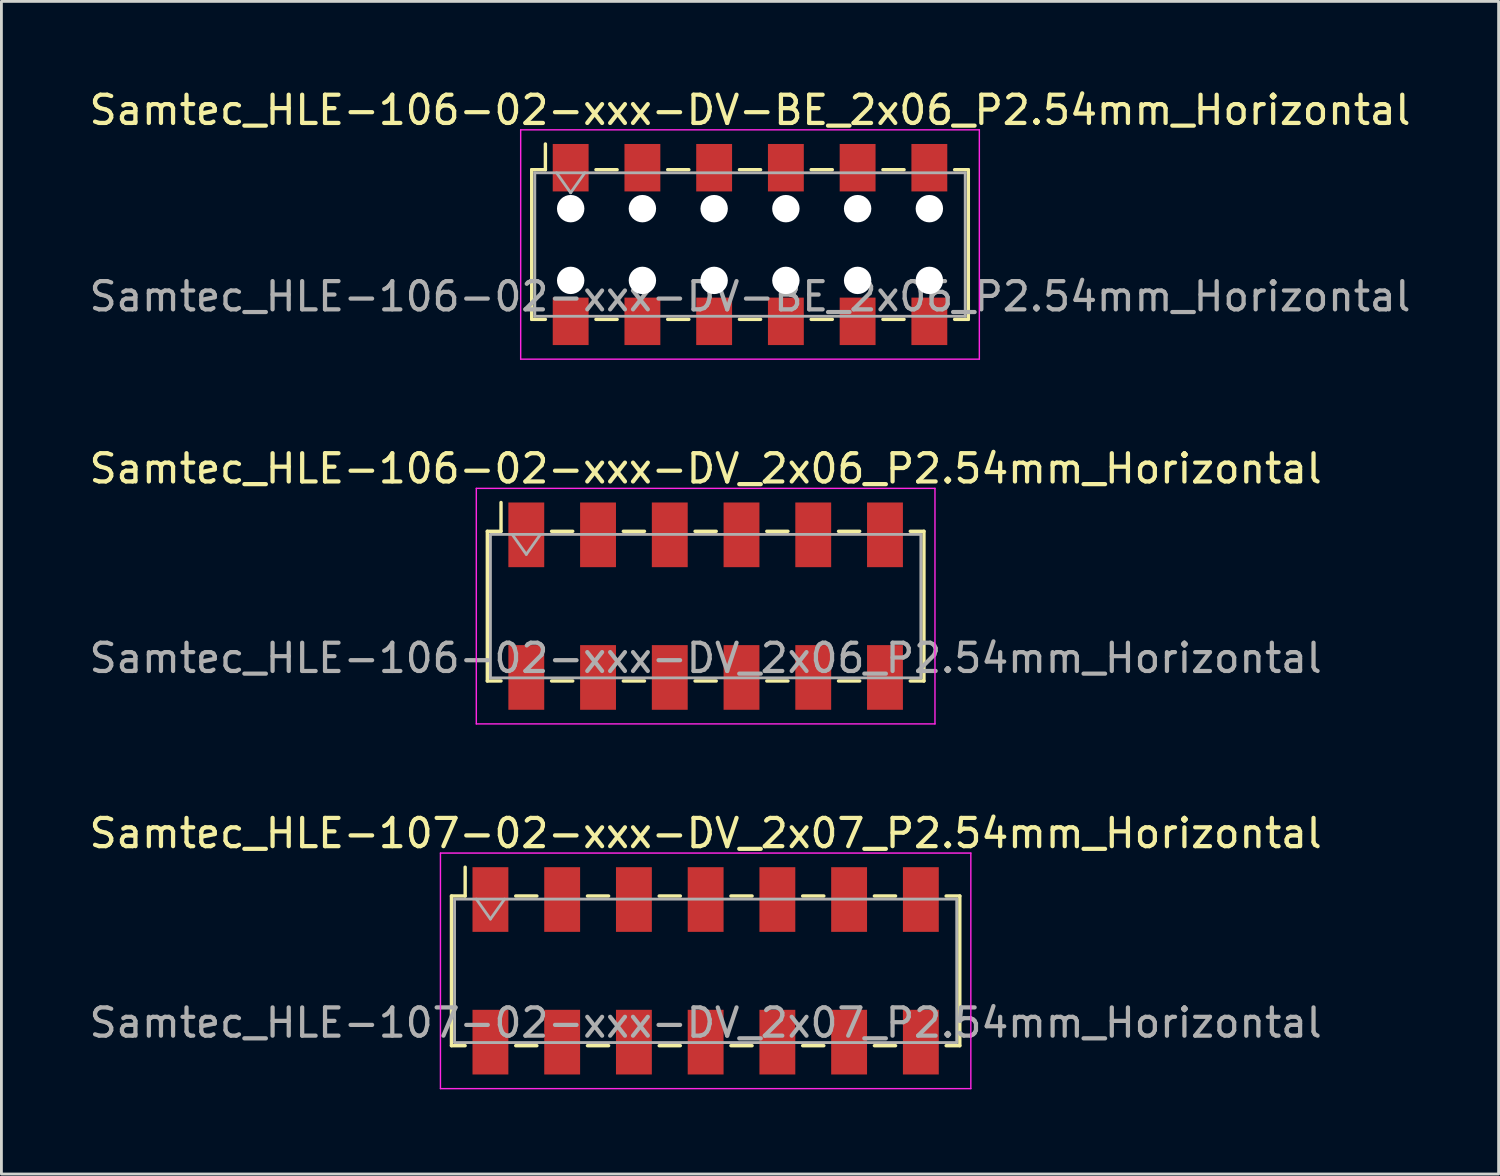
<source format=kicad_pcb>
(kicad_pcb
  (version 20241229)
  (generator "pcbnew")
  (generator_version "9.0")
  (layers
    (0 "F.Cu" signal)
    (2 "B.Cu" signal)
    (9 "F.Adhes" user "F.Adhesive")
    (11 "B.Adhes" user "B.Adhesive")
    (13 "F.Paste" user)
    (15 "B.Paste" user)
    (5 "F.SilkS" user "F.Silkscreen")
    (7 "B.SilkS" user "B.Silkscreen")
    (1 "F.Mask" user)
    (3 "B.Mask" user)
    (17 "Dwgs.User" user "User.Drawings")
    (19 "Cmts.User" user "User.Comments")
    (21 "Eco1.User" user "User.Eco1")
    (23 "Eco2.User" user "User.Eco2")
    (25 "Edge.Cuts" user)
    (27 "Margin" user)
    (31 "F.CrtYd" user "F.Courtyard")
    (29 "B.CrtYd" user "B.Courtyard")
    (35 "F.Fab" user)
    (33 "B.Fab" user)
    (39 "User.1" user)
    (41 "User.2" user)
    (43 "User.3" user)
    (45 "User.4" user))
  (footprint "Samtec_HLE-107-02-xxx-DV_2x07_P2.54mm_Horizontal"
    (layer "F.Cu")
    (at 21.935 31.325)
    (property "Reference" "Samtec_HLE-107-02-xxx-DV_2x07_P2.54mm_Horizontal" (at 0 -4.87 0) (layer "F.SilkS") (effects (font (size 1 1) (thickness 0.15))))
    (attr smd)
    (fp_line (start -9 -2.65) (end -9 2.65) (stroke (width 0.12) (type solid)) (layer "F.SilkS"))
    (fp_line (start -9 2.65) (end -8.515 2.65) (stroke (width 0.12) (type solid)) (layer "F.SilkS"))
    (fp_line (start -8.515 -3.67) (end -8.515 -2.65) (stroke (width 0.12) (type solid)) (layer "F.SilkS"))
    (fp_line (start -8.515 -2.65) (end -9 -2.65) (stroke (width 0.12) (type solid)) (layer "F.SilkS"))
    (fp_line (start -6.725 -2.65) (end -5.975 -2.65) (stroke (width 0.12) (type solid)) (layer "F.SilkS"))
    (fp_line (start -6.725 2.65) (end -5.975 2.65) (stroke (width 0.12) (type solid)) (layer "F.SilkS"))
    (fp_line (start -4.185 -2.65) (end -3.435 -2.65) (stroke (width 0.12) (type solid)) (layer "F.SilkS"))
    (fp_line (start -4.185 2.65) (end -3.435 2.65) (stroke (width 0.12) (type solid)) (layer "F.SilkS"))
    (fp_line (start -1.645 -2.65) (end -0.895 -2.65) (stroke (width 0.12) (type solid)) (layer "F.SilkS"))
    (fp_line (start -1.645 2.65) (end -0.895 2.65) (stroke (width 0.12) (type solid)) (layer "F.SilkS"))
    (fp_line (start 0.895 -2.65) (end 1.645 -2.65) (stroke (width 0.12) (type solid)) (layer "F.SilkS"))
    (fp_line (start 0.895 2.65) (end 1.645 2.65) (stroke (width 0.12) (type solid)) (layer "F.SilkS"))
    (fp_line (start 3.435 -2.65) (end 4.185 -2.65) (stroke (width 0.12) (type solid)) (layer "F.SilkS"))
    (fp_line (start 3.435 2.65) (end 4.185 2.65) (stroke (width 0.12) (type solid)) (layer "F.SilkS"))
    (fp_line (start 5.975 -2.65) (end 6.725 -2.65) (stroke (width 0.12) (type solid)) (layer "F.SilkS"))
    (fp_line (start 5.975 2.65) (end 6.725 2.65) (stroke (width 0.12) (type solid)) (layer "F.SilkS"))
    (fp_line (start 8.515 -2.65) (end 9 -2.65) (stroke (width 0.12) (type solid)) (layer "F.SilkS"))
    (fp_line (start 9 -2.65) (end 9 2.65) (stroke (width 0.12) (type solid)) (layer "F.SilkS"))
    (fp_line (start 9 2.65) (end 8.515 2.65) (stroke (width 0.12) (type solid)) (layer "F.SilkS"))
    (fp_line (start -9.39 -4.17) (end 9.39 -4.17) (stroke (width 0.05) (type solid)) (layer "F.CrtYd"))
    (fp_line (start -9.39 4.17) (end -9.39 -4.17) (stroke (width 0.05) (type solid)) (layer "F.CrtYd"))
    (fp_line (start 9.39 -4.17) (end 9.39 4.17) (stroke (width 0.05) (type solid)) (layer "F.CrtYd"))
    (fp_line (start 9.39 4.17) (end -9.39 4.17) (stroke (width 0.05) (type solid)) (layer "F.CrtYd"))
    (fp_line (start -8.89 -2.54) (end 8.89 -2.54) (stroke (width 0.1) (type solid)) (layer "F.Fab"))
    (fp_line (start -8.89 2.54) (end -8.89 -2.54) (stroke (width 0.1) (type solid)) (layer "F.Fab"))
    (fp_line (start -8.12 -2.54) (end -7.62 -1.833) (stroke (width 0.1) (type solid)) (layer "F.Fab"))
    (fp_line (start -7.62 -1.833) (end -7.12 -2.54) (stroke (width 0.1) (type solid)) (layer "F.Fab"))
    (fp_line (start 8.89 -2.54) (end 8.89 2.54) (stroke (width 0.1) (type solid)) (layer "F.Fab"))
    (fp_line (start 8.89 2.54) (end -8.89 2.54) (stroke (width 0.1) (type solid)) (layer "F.Fab"))
    (fp_text user "${REFERENCE}" (at 0 1.84 0) (layer "F.Fab") (effects (font (size 1 1) (thickness 0.15))))
    (pad "1" smd rect (at -7.62 -2.525) (size 1.27 2.29) (layers "F.Cu" "F.Mask" "F.Paste"))
    (pad "2" smd rect (at -7.62 2.525) (size 1.27 2.29) (layers "F.Cu" "F.Mask" "F.Paste"))
    (pad "3" smd rect (at -5.08 -2.525) (size 1.27 2.29) (layers "F.Cu" "F.Mask" "F.Paste"))
    (pad "4" smd rect (at -5.08 2.525) (size 1.27 2.29) (layers "F.Cu" "F.Mask" "F.Paste"))
    (pad "5" smd rect (at -2.54 -2.525) (size 1.27 2.29) (layers "F.Cu" "F.Mask" "F.Paste"))
    (pad "6" smd rect (at -2.54 2.525) (size 1.27 2.29) (layers "F.Cu" "F.Mask" "F.Paste"))
    (pad "7" smd rect (at 0 -2.525) (size 1.27 2.29) (layers "F.Cu" "F.Mask" "F.Paste"))
    (pad "8" smd rect (at 0 2.525) (size 1.27 2.29) (layers "F.Cu" "F.Mask" "F.Paste"))
    (pad "9" smd rect (at 2.54 -2.525) (size 1.27 2.29) (layers "F.Cu" "F.Mask" "F.Paste"))
    (pad "10" smd rect (at 2.54 2.525) (size 1.27 2.29) (layers "F.Cu" "F.Mask" "F.Paste"))
    (pad "11" smd rect (at 5.08 -2.525) (size 1.27 2.29) (layers "F.Cu" "F.Mask" "F.Paste"))
    (pad "12" smd rect (at 5.08 2.525) (size 1.27 2.29) (layers "F.Cu" "F.Mask" "F.Paste"))
    (pad "13" smd rect (at 7.62 -2.525) (size 1.27 2.29) (layers "F.Cu" "F.Mask" "F.Paste"))
    (pad "14" smd rect (at 7.62 2.525) (size 1.27 2.29) (layers "F.Cu" "F.Mask" "F.Paste")))
  (footprint "Samtec_HLE-106-02-xxx-DV-BE_2x06_P2.54mm_Horizontal"
    (layer "F.Cu")
    (at 23.506 5.608)
    (property "Reference" "Samtec_HLE-106-02-xxx-DV-BE_2x06_P2.54mm_Horizontal" (at 0 -4.76 0) (layer "F.SilkS") (effects (font (size 1 1) (thickness 0.15))))
    (attr smd)
    (fp_line (start -7.73 -2.65) (end -7.73 2.65) (stroke (width 0.12) (type solid)) (layer "F.SilkS"))
    (fp_line (start -7.73 2.65) (end -7.245 2.65) (stroke (width 0.12) (type solid)) (layer "F.SilkS"))
    (fp_line (start -7.245 -3.56) (end -7.245 -2.65) (stroke (width 0.12) (type solid)) (layer "F.SilkS"))
    (fp_line (start -7.245 -2.65) (end -7.73 -2.65) (stroke (width 0.12) (type solid)) (layer "F.SilkS"))
    (fp_line (start -5.455 -2.65) (end -4.705 -2.65) (stroke (width 0.12) (type solid)) (layer "F.SilkS"))
    (fp_line (start -5.455 2.65) (end -4.705 2.65) (stroke (width 0.12) (type solid)) (layer "F.SilkS"))
    (fp_line (start -2.915 -2.65) (end -2.165 -2.65) (stroke (width 0.12) (type solid)) (layer "F.SilkS"))
    (fp_line (start -2.915 2.65) (end -2.165 2.65) (stroke (width 0.12) (type solid)) (layer "F.SilkS"))
    (fp_line (start -0.375 -2.65) (end 0.375 -2.65) (stroke (width 0.12) (type solid)) (layer "F.SilkS"))
    (fp_line (start -0.375 2.65) (end 0.375 2.65) (stroke (width 0.12) (type solid)) (layer "F.SilkS"))
    (fp_line (start 2.165 -2.65) (end 2.915 -2.65) (stroke (width 0.12) (type solid)) (layer "F.SilkS"))
    (fp_line (start 2.165 2.65) (end 2.915 2.65) (stroke (width 0.12) (type solid)) (layer "F.SilkS"))
    (fp_line (start 4.705 -2.65) (end 5.455 -2.65) (stroke (width 0.12) (type solid)) (layer "F.SilkS"))
    (fp_line (start 4.705 2.65) (end 5.455 2.65) (stroke (width 0.12) (type solid)) (layer "F.SilkS"))
    (fp_line (start 7.245 -2.65) (end 7.73 -2.65) (stroke (width 0.12) (type solid)) (layer "F.SilkS"))
    (fp_line (start 7.73 -2.65) (end 7.73 2.65) (stroke (width 0.12) (type solid)) (layer "F.SilkS"))
    (fp_line (start 7.73 2.65) (end 7.245 2.65) (stroke (width 0.12) (type solid)) (layer "F.SilkS"))
    (fp_line (start -8.12 -4.06) (end 8.12 -4.06) (stroke (width 0.05) (type solid)) (layer "F.CrtYd"))
    (fp_line (start -8.12 4.06) (end -8.12 -4.06) (stroke (width 0.05) (type solid)) (layer "F.CrtYd"))
    (fp_line (start 8.12 -4.06) (end 8.12 4.06) (stroke (width 0.05) (type solid)) (layer "F.CrtYd"))
    (fp_line (start 8.12 4.06) (end -8.12 4.06) (stroke (width 0.05) (type solid)) (layer "F.CrtYd"))
    (fp_line (start -7.62 -2.54) (end 7.62 -2.54) (stroke (width 0.1) (type solid)) (layer "F.Fab"))
    (fp_line (start -7.62 2.54) (end -7.62 -2.54) (stroke (width 0.1) (type solid)) (layer "F.Fab"))
    (fp_line (start -6.85 -2.54) (end -6.35 -1.833) (stroke (width 0.1) (type solid)) (layer "F.Fab"))
    (fp_line (start -6.35 -1.833) (end -5.85 -2.54) (stroke (width 0.1) (type solid)) (layer "F.Fab"))
    (fp_line (start 7.62 -2.54) (end 7.62 2.54) (stroke (width 0.1) (type solid)) (layer "F.Fab"))
    (fp_line (start 7.62 2.54) (end -7.62 2.54) (stroke (width 0.1) (type solid)) (layer "F.Fab"))
    (fp_text user "${REFERENCE}" (at 0 1.84 0) (layer "F.Fab") (effects (font (size 1 1) (thickness 0.15))))
    (pad "" np_thru_hole circle (at -6.35 -1.27) (size 0.97 0.97) (drill 0.97) (layers "*.Cu" "*.Mask"))
    (pad "" np_thru_hole circle (at -6.35 1.27) (size 0.97 0.97) (drill 0.97) (layers "*.Cu" "*.Mask"))
    (pad "" np_thru_hole circle (at -3.81 -1.27) (size 0.97 0.97) (drill 0.97) (layers "*.Cu" "*.Mask"))
    (pad "" np_thru_hole circle (at -3.81 1.27) (size 0.97 0.97) (drill 0.97) (layers "*.Cu" "*.Mask"))
    (pad "" np_thru_hole circle (at -1.27 -1.27) (size 0.97 0.97) (drill 0.97) (layers "*.Cu" "*.Mask"))
    (pad "" np_thru_hole circle (at -1.27 1.27) (size 0.97 0.97) (drill 0.97) (layers "*.Cu" "*.Mask"))
    (pad "" np_thru_hole circle (at 1.27 -1.27) (size 0.97 0.97) (drill 0.97) (layers "*.Cu" "*.Mask"))
    (pad "" np_thru_hole circle (at 1.27 1.27) (size 0.97 0.97) (drill 0.97) (layers "*.Cu" "*.Mask"))
    (pad "" np_thru_hole circle (at 3.81 -1.27) (size 0.97 0.97) (drill 0.97) (layers "*.Cu" "*.Mask"))
    (pad "" np_thru_hole circle (at 3.81 1.27) (size 0.97 0.97) (drill 0.97) (layers "*.Cu" "*.Mask"))
    (pad "" np_thru_hole circle (at 6.35 -1.27) (size 0.97 0.97) (drill 0.97) (layers "*.Cu" "*.Mask"))
    (pad "" np_thru_hole circle (at 6.35 1.27) (size 0.97 0.97) (drill 0.97) (layers "*.Cu" "*.Mask"))
    (pad "1" smd rect (at -6.35 -2.72) (size 1.27 1.68) (layers "F.Cu" "F.Mask" "F.Paste"))
    (pad "2" smd rect (at -6.35 2.72) (size 1.27 1.68) (layers "F.Cu" "F.Mask" "F.Paste"))
    (pad "3" smd rect (at -3.81 -2.72) (size 1.27 1.68) (layers "F.Cu" "F.Mask" "F.Paste"))
    (pad "4" smd rect (at -3.81 2.72) (size 1.27 1.68) (layers "F.Cu" "F.Mask" "F.Paste"))
    (pad "5" smd rect (at -1.27 -2.72) (size 1.27 1.68) (layers "F.Cu" "F.Mask" "F.Paste"))
    (pad "6" smd rect (at -1.27 2.72) (size 1.27 1.68) (layers "F.Cu" "F.Mask" "F.Paste"))
    (pad "7" smd rect (at 1.27 -2.72) (size 1.27 1.68) (layers "F.Cu" "F.Mask" "F.Paste"))
    (pad "8" smd rect (at 1.27 2.72) (size 1.27 1.68) (layers "F.Cu" "F.Mask" "F.Paste"))
    (pad "9" smd rect (at 3.81 -2.72) (size 1.27 1.68) (layers "F.Cu" "F.Mask" "F.Paste"))
    (pad "10" smd rect (at 3.81 2.72) (size 1.27 1.68) (layers "F.Cu" "F.Mask" "F.Paste"))
    (pad "11" smd rect (at 6.35 -2.72) (size 1.27 1.68) (layers "F.Cu" "F.Mask" "F.Paste"))
    (pad "12" smd rect (at 6.35 2.72) (size 1.27 1.68) (layers "F.Cu" "F.Mask" "F.Paste")))
  (footprint "Samtec_HLE-106-02-xxx-DV_2x06_P2.54mm_Horizontal"
    (layer "F.Cu")
    (at 21.935 18.412)
    (property "Reference" "Samtec_HLE-106-02-xxx-DV_2x06_P2.54mm_Horizontal" (at 0 -4.87 0) (layer "F.SilkS") (effects (font (size 1 1) (thickness 0.15))))
    (attr smd)
    (fp_line (start -7.73 -2.65) (end -7.73 2.65) (stroke (width 0.12) (type solid)) (layer "F.SilkS"))
    (fp_line (start -7.73 2.65) (end -7.245 2.65) (stroke (width 0.12) (type solid)) (layer "F.SilkS"))
    (fp_line (start -7.245 -3.67) (end -7.245 -2.65) (stroke (width 0.12) (type solid)) (layer "F.SilkS"))
    (fp_line (start -7.245 -2.65) (end -7.73 -2.65) (stroke (width 0.12) (type solid)) (layer "F.SilkS"))
    (fp_line (start -5.455 -2.65) (end -4.705 -2.65) (stroke (width 0.12) (type solid)) (layer "F.SilkS"))
    (fp_line (start -5.455 2.65) (end -4.705 2.65) (stroke (width 0.12) (type solid)) (layer "F.SilkS"))
    (fp_line (start -2.915 -2.65) (end -2.165 -2.65) (stroke (width 0.12) (type solid)) (layer "F.SilkS"))
    (fp_line (start -2.915 2.65) (end -2.165 2.65) (stroke (width 0.12) (type solid)) (layer "F.SilkS"))
    (fp_line (start -0.375 -2.65) (end 0.375 -2.65) (stroke (width 0.12) (type solid)) (layer "F.SilkS"))
    (fp_line (start -0.375 2.65) (end 0.375 2.65) (stroke (width 0.12) (type solid)) (layer "F.SilkS"))
    (fp_line (start 2.165 -2.65) (end 2.915 -2.65) (stroke (width 0.12) (type solid)) (layer "F.SilkS"))
    (fp_line (start 2.165 2.65) (end 2.915 2.65) (stroke (width 0.12) (type solid)) (layer "F.SilkS"))
    (fp_line (start 4.705 -2.65) (end 5.455 -2.65) (stroke (width 0.12) (type solid)) (layer "F.SilkS"))
    (fp_line (start 4.705 2.65) (end 5.455 2.65) (stroke (width 0.12) (type solid)) (layer "F.SilkS"))
    (fp_line (start 7.245 -2.65) (end 7.73 -2.65) (stroke (width 0.12) (type solid)) (layer "F.SilkS"))
    (fp_line (start 7.73 -2.65) (end 7.73 2.65) (stroke (width 0.12) (type solid)) (layer "F.SilkS"))
    (fp_line (start 7.73 2.65) (end 7.245 2.65) (stroke (width 0.12) (type solid)) (layer "F.SilkS"))
    (fp_line (start -8.12 -4.17) (end 8.12 -4.17) (stroke (width 0.05) (type solid)) (layer "F.CrtYd"))
    (fp_line (start -8.12 4.17) (end -8.12 -4.17) (stroke (width 0.05) (type solid)) (layer "F.CrtYd"))
    (fp_line (start 8.12 -4.17) (end 8.12 4.17) (stroke (width 0.05) (type solid)) (layer "F.CrtYd"))
    (fp_line (start 8.12 4.17) (end -8.12 4.17) (stroke (width 0.05) (type solid)) (layer "F.CrtYd"))
    (fp_line (start -7.62 -2.54) (end 7.62 -2.54) (stroke (width 0.1) (type solid)) (layer "F.Fab"))
    (fp_line (start -7.62 2.54) (end -7.62 -2.54) (stroke (width 0.1) (type solid)) (layer "F.Fab"))
    (fp_line (start -6.85 -2.54) (end -6.35 -1.833) (stroke (width 0.1) (type solid)) (layer "F.Fab"))
    (fp_line (start -6.35 -1.833) (end -5.85 -2.54) (stroke (width 0.1) (type solid)) (layer "F.Fab"))
    (fp_line (start 7.62 -2.54) (end 7.62 2.54) (stroke (width 0.1) (type solid)) (layer "F.Fab"))
    (fp_line (start 7.62 2.54) (end -7.62 2.54) (stroke (width 0.1) (type solid)) (layer "F.Fab"))
    (fp_text user "${REFERENCE}" (at 0 1.84 0) (layer "F.Fab") (effects (font (size 1 1) (thickness 0.15))))
    (pad "1" smd rect (at -6.35 -2.525) (size 1.27 2.29) (layers "F.Cu" "F.Mask" "F.Paste"))
    (pad "2" smd rect (at -6.35 2.525) (size 1.27 2.29) (layers "F.Cu" "F.Mask" "F.Paste"))
    (pad "3" smd rect (at -3.81 -2.525) (size 1.27 2.29) (layers "F.Cu" "F.Mask" "F.Paste"))
    (pad "4" smd rect (at -3.81 2.525) (size 1.27 2.29) (layers "F.Cu" "F.Mask" "F.Paste"))
    (pad "5" smd rect (at -1.27 -2.525) (size 1.27 2.29) (layers "F.Cu" "F.Mask" "F.Paste"))
    (pad "6" smd rect (at -1.27 2.525) (size 1.27 2.29) (layers "F.Cu" "F.Mask" "F.Paste"))
    (pad "7" smd rect (at 1.27 -2.525) (size 1.27 2.29) (layers "F.Cu" "F.Mask" "F.Paste"))
    (pad "8" smd rect (at 1.27 2.525) (size 1.27 2.29) (layers "F.Cu" "F.Mask" "F.Paste"))
    (pad "9" smd rect (at 3.81 -2.525) (size 1.27 2.29) (layers "F.Cu" "F.Mask" "F.Paste"))
    (pad "10" smd rect (at 3.81 2.525) (size 1.27 2.29) (layers "F.Cu" "F.Mask" "F.Paste"))
    (pad "11" smd rect (at 6.35 -2.525) (size 1.27 2.29) (layers "F.Cu" "F.Mask" "F.Paste"))
    (pad "12" smd rect (at 6.35 2.525) (size 1.27 2.29) (layers "F.Cu" "F.Mask" "F.Paste")))
  (gr_rect
    (start -3 -3)
    (end 50.012 38.52)
    (stroke (width 0.1) (type default))
    (fill no)
    (layer "Edge.Cuts")))
</source>
